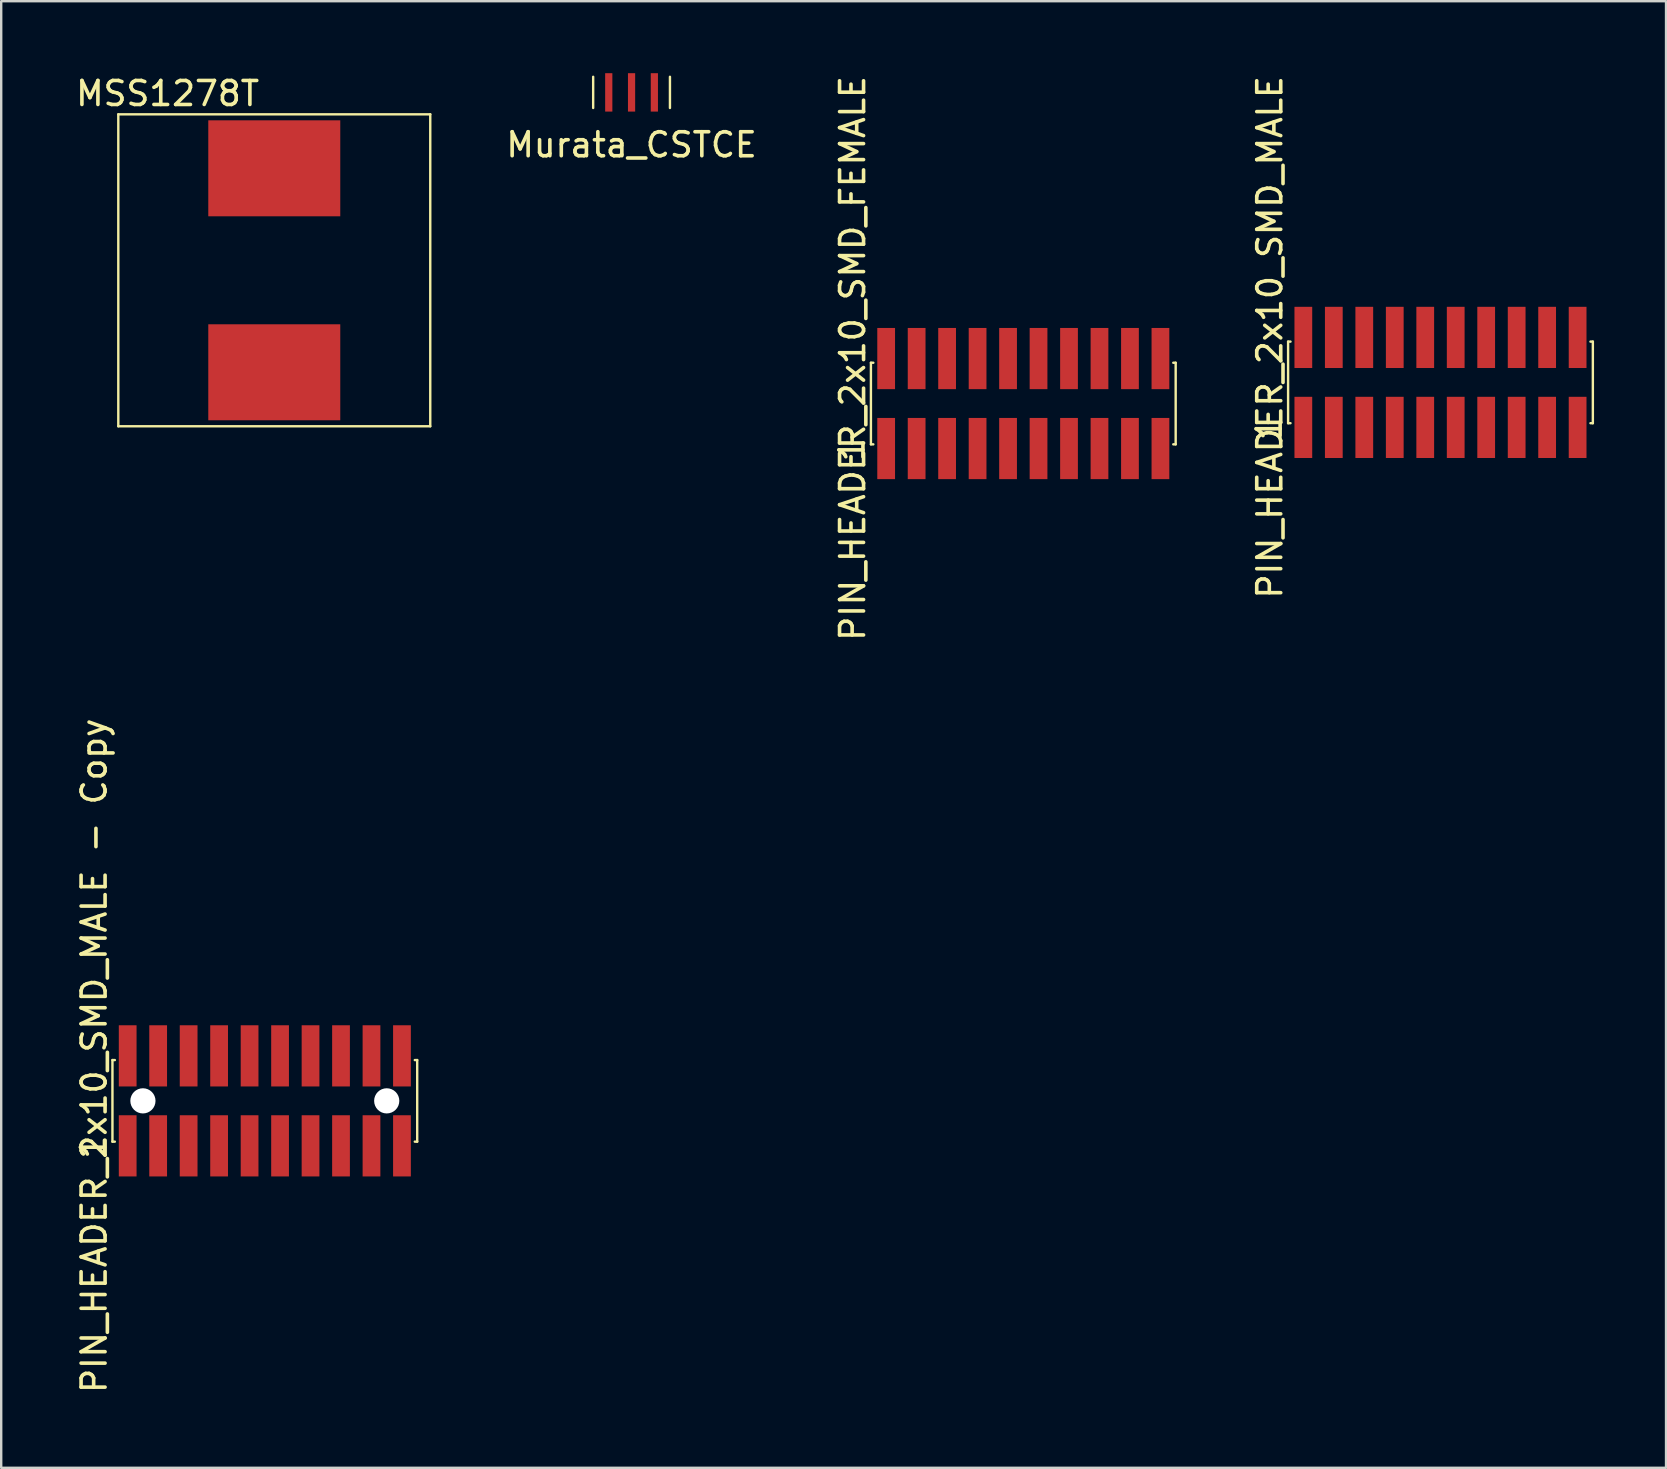
<source format=kicad_pcb>
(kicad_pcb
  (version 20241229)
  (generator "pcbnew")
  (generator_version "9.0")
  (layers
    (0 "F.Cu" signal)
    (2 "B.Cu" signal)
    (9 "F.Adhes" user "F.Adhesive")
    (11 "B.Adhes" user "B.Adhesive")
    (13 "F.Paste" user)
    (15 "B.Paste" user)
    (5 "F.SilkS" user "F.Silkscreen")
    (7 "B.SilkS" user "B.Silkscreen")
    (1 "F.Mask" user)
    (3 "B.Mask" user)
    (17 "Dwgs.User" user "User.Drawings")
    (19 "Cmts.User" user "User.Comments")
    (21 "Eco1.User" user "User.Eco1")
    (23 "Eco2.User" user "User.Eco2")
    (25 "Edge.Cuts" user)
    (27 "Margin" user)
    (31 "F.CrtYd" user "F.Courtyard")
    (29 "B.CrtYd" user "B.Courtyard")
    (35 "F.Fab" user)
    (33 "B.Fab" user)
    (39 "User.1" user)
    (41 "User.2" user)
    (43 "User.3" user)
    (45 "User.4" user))
  (footprint "PIN_HEADER_2x10_SMD_MALE - Copy"
    (layer "F.Cu")
    (at 7.986 42.826)
    (property "Reference" "PIN_HEADER_2x10_SMD_MALE - Copy" (at -7.112 -1.88 90) (layer "F.SilkS") (effects (font (size 1 1) (thickness 0.15))))
    (attr through_hole)
    (fp_line (start -6.35 -1.7) (end -6.25 -1.7) (stroke (width 0.1) (type solid)) (layer "F.SilkS"))
    (fp_line (start -6.35 1.7) (end -6.35 -1.7) (stroke (width 0.1) (type solid)) (layer "F.SilkS"))
    (fp_line (start -6.35 1.7) (end -6.25 1.7) (stroke (width 0.1) (type solid)) (layer "F.SilkS"))
    (fp_line (start 6.35 -1.7) (end 6.25 -1.7) (stroke (width 0.1) (type solid)) (layer "F.SilkS"))
    (fp_line (start 6.35 1.7) (end 6.25 1.7) (stroke (width 0.1) (type solid)) (layer "F.SilkS"))
    (fp_line (start 6.35 1.7) (end 6.35 -1.7) (stroke (width 0.1) (type solid)) (layer "F.SilkS"))
    (fp_text user "1" (at -7.137 1.93 270) (layer "F.SilkS") (effects (font (size 1 1) (thickness 0.15))))
    (pad "" np_thru_hole circle (at -5.08 0) (size 1.05 1.05) (drill 1.05) (layers "*.Cu" "*.Mask"))
    (pad "" np_thru_hole circle (at 5.08 0) (size 1.05 1.05) (drill 1.05) (layers "*.Cu" "*.Mask"))
    (pad "1" smd rect (at -5.715 1.875) (size 0.74 2.55) (layers "F.Cu" "F.Mask" "F.Paste"))
    (pad "2" smd rect (at -5.715 -1.875) (size 0.74 2.55) (layers "F.Cu" "F.Mask" "F.Paste"))
    (pad "3" smd rect (at -4.445 1.875) (size 0.74 2.55) (layers "F.Cu" "F.Mask" "F.Paste"))
    (pad "4" smd rect (at -4.445 -1.875) (size 0.74 2.55) (layers "F.Cu" "F.Mask" "F.Paste"))
    (pad "5" smd rect (at -3.175 1.875) (size 0.74 2.55) (layers "F.Cu" "F.Mask" "F.Paste"))
    (pad "6" smd rect (at -3.175 -1.875) (size 0.74 2.55) (layers "F.Cu" "F.Mask" "F.Paste"))
    (pad "7" smd rect (at -1.905 1.875) (size 0.74 2.55) (layers "F.Cu" "F.Mask" "F.Paste"))
    (pad "8" smd rect (at -1.905 -1.875) (size 0.74 2.55) (layers "F.Cu" "F.Mask" "F.Paste"))
    (pad "9" smd rect (at -0.635 1.875) (size 0.74 2.55) (layers "F.Cu" "F.Mask" "F.Paste"))
    (pad "10" smd rect (at -0.635 -1.875) (size 0.74 2.55) (layers "F.Cu" "F.Mask" "F.Paste"))
    (pad "11" smd rect (at 0.635 1.875) (size 0.74 2.55) (layers "F.Cu" "F.Mask" "F.Paste"))
    (pad "12" smd rect (at 0.635 -1.875) (size 0.74 2.55) (layers "F.Cu" "F.Mask" "F.Paste"))
    (pad "13" smd rect (at 1.905 1.875) (size 0.74 2.55) (layers "F.Cu" "F.Mask" "F.Paste"))
    (pad "14" smd rect (at 1.905 -1.875) (size 0.74 2.55) (layers "F.Cu" "F.Mask" "F.Paste"))
    (pad "15" smd rect (at 3.175 1.875) (size 0.74 2.55) (layers "F.Cu" "F.Mask" "F.Paste"))
    (pad "16" smd rect (at 3.175 -1.875) (size 0.74 2.55) (layers "F.Cu" "F.Mask" "F.Paste"))
    (pad "17" smd rect (at 4.445 1.875) (size 0.74 2.55) (layers "F.Cu" "F.Mask" "F.Paste"))
    (pad "18" smd rect (at 4.445 -1.875) (size 0.74 2.55) (layers "F.Cu" "F.Mask" "F.Paste"))
    (pad "19" smd rect (at 5.715 1.875) (size 0.74 2.55) (layers "F.Cu" "F.Mask" "F.Paste"))
    (pad "20" smd rect (at 5.715 -1.875) (size 0.74 2.55) (layers "F.Cu" "F.Mask" "F.Paste")))
  (footprint "PIN_HEADER_2x10_SMD_MALE"
    (layer "F.Cu")
    (at 56.979 12.886)
    (property "Reference" "PIN_HEADER_2x10_SMD_MALE" (at -7.112 -1.88 90) (layer "F.SilkS") (effects (font (size 1 1) (thickness 0.15))))
    (attr through_hole)
    (fp_line (start -6.35 -1.7) (end -6.25 -1.7) (stroke (width 0.1) (type solid)) (layer "F.SilkS"))
    (fp_line (start -6.35 1.7) (end -6.35 -1.7) (stroke (width 0.1) (type solid)) (layer "F.SilkS"))
    (fp_line (start -6.35 1.7) (end -6.25 1.7) (stroke (width 0.1) (type solid)) (layer "F.SilkS"))
    (fp_line (start 6.35 -1.7) (end 6.25 -1.7) (stroke (width 0.1) (type solid)) (layer "F.SilkS"))
    (fp_line (start 6.35 1.7) (end 6.25 1.7) (stroke (width 0.1) (type solid)) (layer "F.SilkS"))
    (fp_line (start 6.35 1.7) (end 6.35 -1.7) (stroke (width 0.1) (type solid)) (layer "F.SilkS"))
    (fp_text user "1" (at -7.137 1.93 270) (layer "F.SilkS") (effects (font (size 1 1) (thickness 0.15))))
    (pad "1" smd rect (at -5.715 -1.875) (size 0.74 2.55) (layers "F.Cu" "F.Mask" "F.Paste"))
    (pad "2" smd rect (at -5.715 1.875) (size 0.74 2.55) (layers "F.Cu" "F.Mask" "F.Paste"))
    (pad "3" smd rect (at -4.445 -1.875) (size 0.74 2.55) (layers "F.Cu" "F.Mask" "F.Paste"))
    (pad "4" smd rect (at -4.445 1.875) (size 0.74 2.55) (layers "F.Cu" "F.Mask" "F.Paste"))
    (pad "5" smd rect (at -3.175 -1.875) (size 0.74 2.55) (layers "F.Cu" "F.Mask" "F.Paste"))
    (pad "6" smd rect (at -3.175 1.875) (size 0.74 2.55) (layers "F.Cu" "F.Mask" "F.Paste"))
    (pad "7" smd rect (at -1.905 -1.875) (size 0.74 2.55) (layers "F.Cu" "F.Mask" "F.Paste"))
    (pad "8" smd rect (at -1.905 1.875) (size 0.74 2.55) (layers "F.Cu" "F.Mask" "F.Paste"))
    (pad "9" smd rect (at -0.635 -1.875) (size 0.74 2.55) (layers "F.Cu" "F.Mask" "F.Paste"))
    (pad "10" smd rect (at -0.635 1.875) (size 0.74 2.55) (layers "F.Cu" "F.Mask" "F.Paste"))
    (pad "11" smd rect (at 0.635 -1.875) (size 0.74 2.55) (layers "F.Cu" "F.Mask" "F.Paste"))
    (pad "12" smd rect (at 0.635 1.875) (size 0.74 2.55) (layers "F.Cu" "F.Mask" "F.Paste"))
    (pad "13" smd rect (at 1.905 -1.875) (size 0.74 2.55) (layers "F.Cu" "F.Mask" "F.Paste"))
    (pad "14" smd rect (at 1.905 1.875) (size 0.74 2.55) (layers "F.Cu" "F.Mask" "F.Paste"))
    (pad "15" smd rect (at 3.175 -1.875) (size 0.74 2.55) (layers "F.Cu" "F.Mask" "F.Paste"))
    (pad "16" smd rect (at 3.175 1.875) (size 0.74 2.55) (layers "F.Cu" "F.Mask" "F.Paste"))
    (pad "17" smd rect (at 4.445 -1.875) (size 0.74 2.55) (layers "F.Cu" "F.Mask" "F.Paste"))
    (pad "18" smd rect (at 4.445 1.875) (size 0.74 2.55) (layers "F.Cu" "F.Mask" "F.Paste"))
    (pad "19" smd rect (at 5.715 -1.875) (size 0.74 2.55) (layers "F.Cu" "F.Mask" "F.Paste"))
    (pad "20" smd rect (at 5.715 1.875) (size 0.74 2.55) (layers "F.Cu" "F.Mask" "F.Paste")))
  (footprint "PIN_HEADER_2x10_SMD_FEMALE"
    (layer "F.Cu")
    (at 39.594 13.767)
    (property "Reference" "PIN_HEADER_2x10_SMD_FEMALE" (at -7.112 -1.88 90) (layer "F.SilkS") (effects (font (size 1 1) (thickness 0.15))))
    (attr through_hole)
    (fp_line (start -6.35 -1.7) (end -6.25 -1.7) (stroke (width 0.1) (type solid)) (layer "F.SilkS"))
    (fp_line (start -6.35 1.7) (end -6.35 -1.7) (stroke (width 0.1) (type solid)) (layer "F.SilkS"))
    (fp_line (start -6.35 1.7) (end -6.25 1.7) (stroke (width 0.1) (type solid)) (layer "F.SilkS"))
    (fp_line (start 6.35 -1.7) (end 6.25 -1.7) (stroke (width 0.1) (type solid)) (layer "F.SilkS"))
    (fp_line (start 6.35 1.7) (end 6.25 1.7) (stroke (width 0.1) (type solid)) (layer "F.SilkS"))
    (fp_line (start 6.35 1.7) (end 6.35 -1.7) (stroke (width 0.1) (type solid)) (layer "F.SilkS"))
    (fp_text user "1" (at -7.137 1.93 270) (layer "F.SilkS") (effects (font (size 1 1) (thickness 0.15))))
    (pad "1" smd rect (at -5.715 1.875) (size 0.74 2.55) (layers "F.Cu" "F.Mask" "F.Paste"))
    (pad "2" smd rect (at -5.715 -1.875) (size 0.74 2.55) (layers "F.Cu" "F.Mask" "F.Paste"))
    (pad "3" smd rect (at -4.445 1.875) (size 0.74 2.55) (layers "F.Cu" "F.Mask" "F.Paste"))
    (pad "4" smd rect (at -4.445 -1.875) (size 0.74 2.55) (layers "F.Cu" "F.Mask" "F.Paste"))
    (pad "5" smd rect (at -3.175 1.875) (size 0.74 2.55) (layers "F.Cu" "F.Mask" "F.Paste"))
    (pad "6" smd rect (at -3.175 -1.875) (size 0.74 2.55) (layers "F.Cu" "F.Mask" "F.Paste"))
    (pad "7" smd rect (at -1.905 1.875) (size 0.74 2.55) (layers "F.Cu" "F.Mask" "F.Paste"))
    (pad "8" smd rect (at -1.905 -1.875) (size 0.74 2.55) (layers "F.Cu" "F.Mask" "F.Paste"))
    (pad "9" smd rect (at -0.635 1.875) (size 0.74 2.55) (layers "F.Cu" "F.Mask" "F.Paste"))
    (pad "10" smd rect (at -0.635 -1.875) (size 0.74 2.55) (layers "F.Cu" "F.Mask" "F.Paste"))
    (pad "11" smd rect (at 0.635 1.875) (size 0.74 2.55) (layers "F.Cu" "F.Mask" "F.Paste"))
    (pad "12" smd rect (at 0.635 -1.875) (size 0.74 2.55) (layers "F.Cu" "F.Mask" "F.Paste"))
    (pad "13" smd rect (at 1.905 1.875) (size 0.74 2.55) (layers "F.Cu" "F.Mask" "F.Paste"))
    (pad "14" smd rect (at 1.905 -1.875) (size 0.74 2.55) (layers "F.Cu" "F.Mask" "F.Paste"))
    (pad "15" smd rect (at 3.175 1.875) (size 0.74 2.55) (layers "F.Cu" "F.Mask" "F.Paste"))
    (pad "16" smd rect (at 3.175 -1.875) (size 0.74 2.55) (layers "F.Cu" "F.Mask" "F.Paste"))
    (pad "17" smd rect (at 4.445 1.875) (size 0.74 2.55) (layers "F.Cu" "F.Mask" "F.Paste"))
    (pad "18" smd rect (at 4.445 -1.875) (size 0.74 2.55) (layers "F.Cu" "F.Mask" "F.Paste"))
    (pad "19" smd rect (at 5.715 1.875) (size 0.74 2.55) (layers "F.Cu" "F.Mask" "F.Paste"))
    (pad "20" smd rect (at 5.715 -1.875) (size 0.74 2.55) (layers "F.Cu" "F.Mask" "F.Paste")))
  (footprint "Murata_CSTCE"
    (layer "F.Cu")
    (at 23.269 0.8)
    (property "Reference" "Murata_CSTCE" (at 0 2.184 0) (layer "F.SilkS") (effects (font (size 1 1) (thickness 0.15))))
    (attr through_hole)
    (fp_line (start -1.6 0.65) (end -1.6 -0.65) (stroke (width 0.1) (type solid)) (layer "F.SilkS"))
    (fp_line (start 1.6 -0.65) (end 1.6 0.65) (stroke (width 0.1) (type solid)) (layer "F.SilkS"))
    (pad "1" smd rect (at -0.95 0) (size 0.3 1.6) (layers "F.Cu" "F.Mask" "F.Paste"))
    (pad "2" smd rect (at 0 0) (size 0.3 1.6) (layers "F.Cu" "F.Mask" "F.Paste"))
    (pad "3" smd rect (at 0.95 0) (size 0.3 1.6) (layers "F.Cu" "F.Mask" "F.Paste")))
  (footprint "MSS1278T"
    (layer "F.Cu")
    (at 8.38 8.214)
    (property "Reference" "MSS1278T" (at -4.445 -7.366 0) (layer "F.SilkS") (effects (font (size 1 1) (thickness 0.15))))
    (attr through_hole)
    (fp_line (start -6.5 -6.5) (end 6.5 -6.5) (stroke (width 0.1) (type solid)) (layer "F.SilkS"))
    (fp_line (start -6.5 6.5) (end -6.5 -6.5) (stroke (width 0.1) (type solid)) (layer "F.SilkS"))
    (fp_line (start 6.5 -6.5) (end 6.5 6.5) (stroke (width 0.1) (type solid)) (layer "F.SilkS"))
    (fp_line (start 6.5 6.5) (end -6.5 6.5) (stroke (width 0.1) (type solid)) (layer "F.SilkS"))
    (pad "1" smd rect (at 0 4.25) (size 5.5 4) (layers "F.Cu" "F.Mask" "F.Paste"))
    (pad "2" smd rect (at 0 -4.25) (size 5.5 4) (layers "F.Cu" "F.Mask" "F.Paste")))
  (gr_rect
    (start -3 -3)
    (end 66.379 58.119)
    (stroke (width 0.1) (type default))
    (fill no)
    (layer "Edge.Cuts")))
</source>
